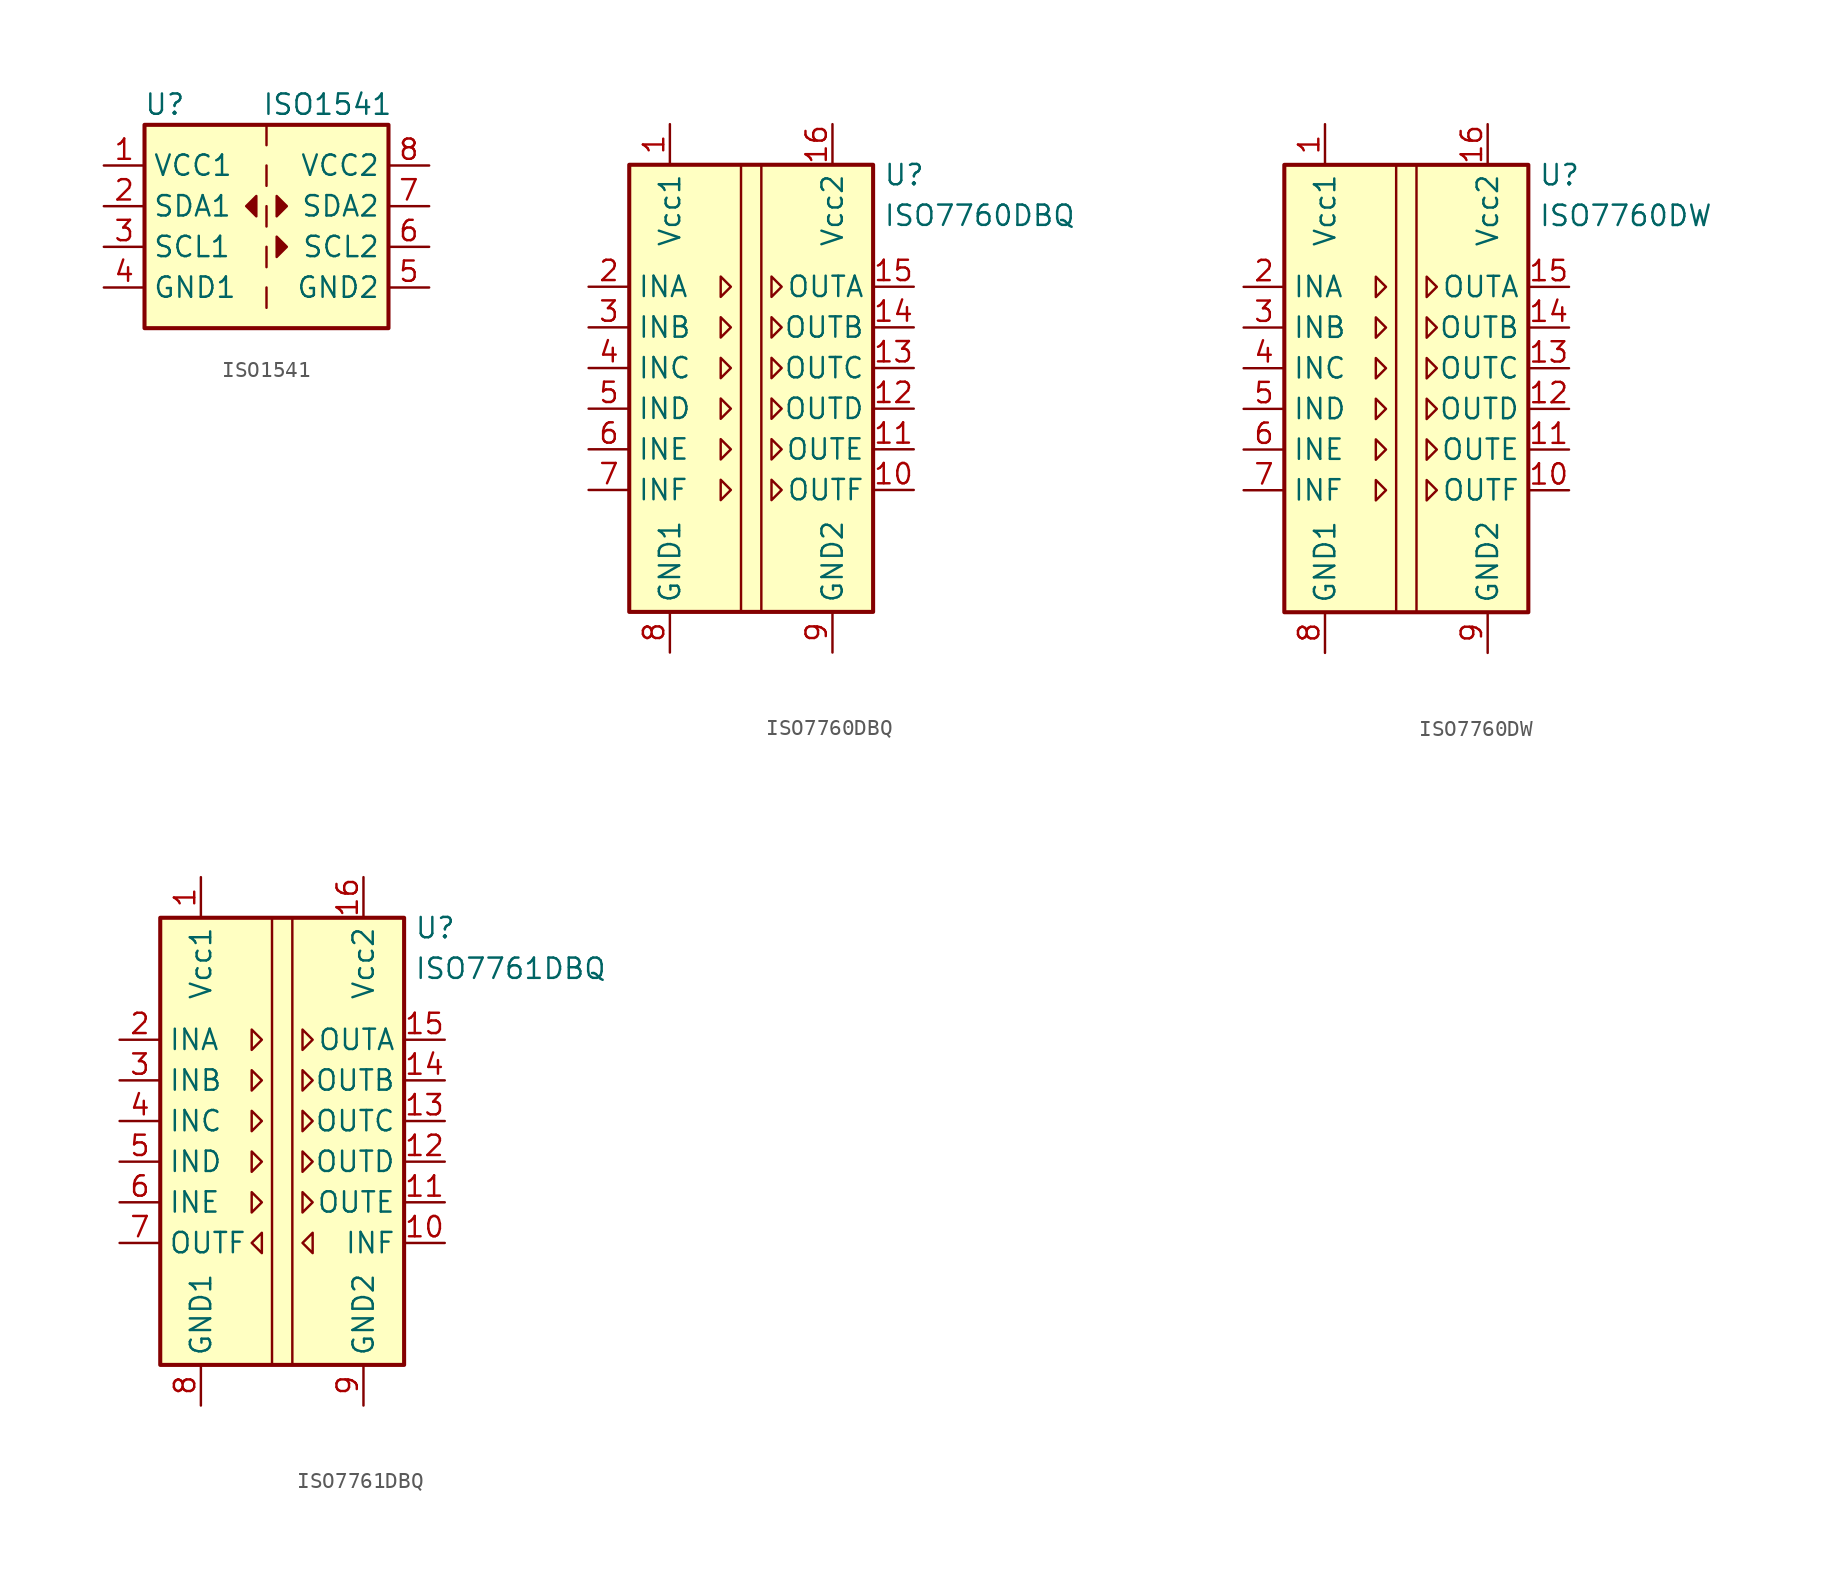
<source format=kicad_sym>
(kicad_symbol_lib
  (version 20201005)
  (generator kicad_symbol_editor)
  (symbol "ISO1541"
    (property "Reference" "U"
      (at -6.35 6.35 0)
      (effects (font (size 1.27 1.27))))
    (property "Value" "ISO1541"
      (at 3.81 6.35 0)
      (effects (font (size 1.27 1.27))))
    (symbol "ISO1541_0_1"
      (rectangle (start 0 -5.08) (end 0 -6.35) (stroke (width 0)) (fill (type none)))
      (rectangle (start -7.62 5.08) (end 7.62 -7.62) (stroke (width 0.254)) (fill (type background)))
      (polyline (pts (xy 0 -2.54) (xy 0 -3.81)) (stroke (width 0)) (fill (type none)))
      (polyline (pts (xy 0 0) (xy 0 -1.27)) (stroke (width 0)) (fill (type none)))
      (polyline (pts (xy 0 2.54) (xy 0 1.27)) (stroke (width 0)) (fill (type none)))
      (polyline (pts (xy 0 5.08) (xy 0 3.81)) (stroke (width 0)) (fill (type none)))
      (polyline (pts (xy -0.635 0.635) (xy -1.27 0) (xy -0.635 -0.635) (xy -0.635 0.635)) (stroke (width 0)) (fill (type outline)))
      (polyline (pts (xy 0.635 -1.905) (xy 1.27 -2.54) (xy 0.635 -3.175) (xy 0.635 -1.905)) (stroke (width 0)) (fill (type outline)))
      (polyline (pts (xy 0.635 0.635) (xy 1.27 0) (xy 0.635 -0.635) (xy 0.635 0.635)) (stroke (width 0)) (fill (type outline))))
    (symbol "ISO1541_1_1"
      (pin power_in line (at -10.16 2.54 0) (length 2.54) (name "VCC1" (effects (font (size 1.27 1.27)))) (number "1" (effects (font (size 1.27 1.27)))))
      (pin bidirectional line (at -10.16 0 0) (length 2.54) (name "SDA1" (effects (font (size 1.27 1.27)))) (number "2" (effects (font (size 1.27 1.27)))))
      (pin input line (at -10.16 -2.54 0) (length 2.54) (name "SCL1" (effects (font (size 1.27 1.27)))) (number "3" (effects (font (size 1.27 1.27)))))
      (pin power_in line (at -10.16 -5.08 0) (length 2.54) (name "GND1" (effects (font (size 1.27 1.27)))) (number "4" (effects (font (size 1.27 1.27)))))
      (pin power_in line (at 10.16 -5.08 180) (length 2.54) (name "GND2" (effects (font (size 1.27 1.27)))) (number "5" (effects (font (size 1.27 1.27)))))
      (pin output line (at 10.16 -2.54 180) (length 2.54) (name "SCL2" (effects (font (size 1.27 1.27)))) (number "6" (effects (font (size 1.27 1.27)))))
      (pin bidirectional line (at 10.16 0 180) (length 2.54) (name "SDA2" (effects (font (size 1.27 1.27)))) (number "7" (effects (font (size 1.27 1.27)))))
      (pin power_in line (at 10.16 2.54 180) (length 2.54) (name "VCC2" (effects (font (size 1.27 1.27)))) (number "8" (effects (font (size 1.27 1.27)))))))
  (symbol "ISO7760DBQ"
    (property "Reference" "U"
      (at 8.255 14.605 0)
      (effects (font (size 1.27 1.27)) (justify left)))
    (property "Value" "ISO7760DBQ"
      (at 8.255 12.065 0)
      (effects (font (size 1.27 1.27)) (justify left)))
    (symbol "ISO7760DBQ_0_1"
      (rectangle (start -7.62 15.24) (end 7.62 -12.7) (stroke (width 0.254)) (fill (type background)))
      (polyline (pts (xy -0.635 15.24) (xy -0.635 -12.7)) (stroke (width 0)) (fill (type none)))
      (polyline (pts (xy 0.635 15.24) (xy 0.635 -12.7)) (stroke (width 0)) (fill (type none)))
      (polyline (pts (xy -1.905 8.255) (xy -1.27 7.62) (xy -1.905 6.985) (xy -1.905 8.255)) (stroke (width 0)) (fill (type none)))
      (polyline (pts (xy 1.27 8.255) (xy 1.905 7.62) (xy 1.27 6.985) (xy 1.27 8.255)) (stroke (width 0)) (fill (type none))))
    (symbol "ISO7760DBQ_1_1"
      (polyline (pts (xy -1.905 -4.445) (xy -1.27 -5.08) (xy -1.905 -5.715) (xy -1.905 -4.445)) (stroke (width 0)) (fill (type none)))
      (polyline (pts (xy -1.905 -1.905) (xy -1.27 -2.54) (xy -1.905 -3.175) (xy -1.905 -1.905)) (stroke (width 0)) (fill (type none)))
      (polyline (pts (xy -1.905 0.635) (xy -1.27 0) (xy -1.905 -0.635) (xy -1.905 0.635)) (stroke (width 0)) (fill (type none)))
      (polyline (pts (xy -1.905 3.175) (xy -1.27 2.54) (xy -1.905 1.905) (xy -1.905 3.175)) (stroke (width 0)) (fill (type none)))
      (polyline (pts (xy -1.905 5.715) (xy -1.27 5.08) (xy -1.905 4.445) (xy -1.905 5.715)) (stroke (width 0)) (fill (type none)))
      (polyline (pts (xy 1.27 -4.445) (xy 1.905 -5.08) (xy 1.27 -5.715) (xy 1.27 -4.445)) (stroke (width 0)) (fill (type none)))
      (polyline (pts (xy 1.27 -1.905) (xy 1.905 -2.54) (xy 1.27 -3.175) (xy 1.27 -1.905)) (stroke (width 0)) (fill (type none)))
      (polyline (pts (xy 1.27 0.635) (xy 1.905 0) (xy 1.27 -0.635) (xy 1.27 0.635)) (stroke (width 0)) (fill (type none)))
      (polyline (pts (xy 1.27 3.175) (xy 1.905 2.54) (xy 1.27 1.905) (xy 1.27 3.175)) (stroke (width 0)) (fill (type none)))
      (polyline (pts (xy 1.27 5.715) (xy 1.905 5.08) (xy 1.27 4.445) (xy 1.27 5.715)) (stroke (width 0)) (fill (type none)))
      (pin power_in line (at -5.08 17.78 270) (length 2.54) (name "Vcc1" (effects (font (size 1.27 1.27)))) (number "1" (effects (font (size 1.27 1.27)))))
      (pin output line (at 10.16 -5.08 180) (length 2.54) (name "OUTF" (effects (font (size 1.27 1.27)))) (number "10" (effects (font (size 1.27 1.27)))))
      (pin output line (at 10.16 -2.54 180) (length 2.54) (name "OUTE" (effects (font (size 1.27 1.27)))) (number "11" (effects (font (size 1.27 1.27)))))
      (pin output line (at 10.16 0 180) (length 2.54) (name "OUTD" (effects (font (size 1.27 1.27)))) (number "12" (effects (font (size 1.27 1.27)))))
      (pin output line (at 10.16 2.54 180) (length 2.54) (name "OUTC" (effects (font (size 1.27 1.27)))) (number "13" (effects (font (size 1.27 1.27)))))
      (pin output line (at 10.16 5.08 180) (length 2.54) (name "OUTB" (effects (font (size 1.27 1.27)))) (number "14" (effects (font (size 1.27 1.27)))))
      (pin output line (at 10.16 7.62 180) (length 2.54) (name "OUTA" (effects (font (size 1.27 1.27)))) (number "15" (effects (font (size 1.27 1.27)))))
      (pin power_in line (at 5.08 17.78 270) (length 2.54) (name "Vcc2" (effects (font (size 1.27 1.27)))) (number "16" (effects (font (size 1.27 1.27)))))
      (pin input line (at -10.16 7.62 0) (length 2.54) (name "INA" (effects (font (size 1.27 1.27)))) (number "2" (effects (font (size 1.27 1.27)))))
      (pin input line (at -10.16 5.08 0) (length 2.54) (name "INB" (effects (font (size 1.27 1.27)))) (number "3" (effects (font (size 1.27 1.27)))))
      (pin input line (at -10.16 2.54 0) (length 2.54) (name "INC" (effects (font (size 1.27 1.27)))) (number "4" (effects (font (size 1.27 1.27)))))
      (pin input line (at -10.16 0 0) (length 2.54) (name "IND" (effects (font (size 1.27 1.27)))) (number "5" (effects (font (size 1.27 1.27)))))
      (pin input line (at -10.16 -2.54 0) (length 2.54) (name "INE" (effects (font (size 1.27 1.27)))) (number "6" (effects (font (size 1.27 1.27)))))
      (pin input line (at -10.16 -5.08 0) (length 2.54) (name "INF" (effects (font (size 1.27 1.27)))) (number "7" (effects (font (size 1.27 1.27)))))
      (pin power_in line (at -5.08 -15.24 90) (length 2.54) (name "GND1" (effects (font (size 1.27 1.27)))) (number "8" (effects (font (size 1.27 1.27)))))
      (pin power_in line (at 5.08 -15.24 90) (length 2.54) (name "GND2" (effects (font (size 1.27 1.27)))) (number "9" (effects (font (size 1.27 1.27)))))))
  (symbol "ISO7760DW"
    (property "Reference" "U"
      (at 8.255 14.605 0)
      (effects (font (size 1.27 1.27)) (justify left)))
    (property "Value" "ISO7760DW"
      (at 8.255 12.065 0)
      (effects (font (size 1.27 1.27)) (justify left)))
    (symbol "ISO7760DW_0_1"
      (rectangle (start -7.62 15.24) (end 7.62 -12.7) (stroke (width 0.254)) (fill (type background)))
      (polyline (pts (xy -0.635 15.24) (xy -0.635 -12.7)) (stroke (width 0)) (fill (type none)))
      (polyline (pts (xy 0.635 15.24) (xy 0.635 -12.7)) (stroke (width 0)) (fill (type none)))
      (polyline (pts (xy -1.905 8.255) (xy -1.27 7.62) (xy -1.905 6.985) (xy -1.905 8.255)) (stroke (width 0)) (fill (type none)))
      (polyline (pts (xy 1.27 8.255) (xy 1.905 7.62) (xy 1.27 6.985) (xy 1.27 8.255)) (stroke (width 0)) (fill (type none))))
    (symbol "ISO7760DW_1_1"
      (polyline (pts (xy -1.905 -4.445) (xy -1.27 -5.08) (xy -1.905 -5.715) (xy -1.905 -4.445)) (stroke (width 0)) (fill (type none)))
      (polyline (pts (xy -1.905 -1.905) (xy -1.27 -2.54) (xy -1.905 -3.175) (xy -1.905 -1.905)) (stroke (width 0)) (fill (type none)))
      (polyline (pts (xy -1.905 0.635) (xy -1.27 0) (xy -1.905 -0.635) (xy -1.905 0.635)) (stroke (width 0)) (fill (type none)))
      (polyline (pts (xy -1.905 3.175) (xy -1.27 2.54) (xy -1.905 1.905) (xy -1.905 3.175)) (stroke (width 0)) (fill (type none)))
      (polyline (pts (xy -1.905 5.715) (xy -1.27 5.08) (xy -1.905 4.445) (xy -1.905 5.715)) (stroke (width 0)) (fill (type none)))
      (polyline (pts (xy 1.27 -4.445) (xy 1.905 -5.08) (xy 1.27 -5.715) (xy 1.27 -4.445)) (stroke (width 0)) (fill (type none)))
      (polyline (pts (xy 1.27 -1.905) (xy 1.905 -2.54) (xy 1.27 -3.175) (xy 1.27 -1.905)) (stroke (width 0)) (fill (type none)))
      (polyline (pts (xy 1.27 0.635) (xy 1.905 0) (xy 1.27 -0.635) (xy 1.27 0.635)) (stroke (width 0)) (fill (type none)))
      (polyline (pts (xy 1.27 3.175) (xy 1.905 2.54) (xy 1.27 1.905) (xy 1.27 3.175)) (stroke (width 0)) (fill (type none)))
      (polyline (pts (xy 1.27 5.715) (xy 1.905 5.08) (xy 1.27 4.445) (xy 1.27 5.715)) (stroke (width 0)) (fill (type none)))
      (pin power_in line (at -5.08 17.78 270) (length 2.54) (name "Vcc1" (effects (font (size 1.27 1.27)))) (number "1" (effects (font (size 1.27 1.27)))))
      (pin output line (at 10.16 -5.08 180) (length 2.54) (name "OUTF" (effects (font (size 1.27 1.27)))) (number "10" (effects (font (size 1.27 1.27)))))
      (pin output line (at 10.16 -2.54 180) (length 2.54) (name "OUTE" (effects (font (size 1.27 1.27)))) (number "11" (effects (font (size 1.27 1.27)))))
      (pin output line (at 10.16 0 180) (length 2.54) (name "OUTD" (effects (font (size 1.27 1.27)))) (number "12" (effects (font (size 1.27 1.27)))))
      (pin output line (at 10.16 2.54 180) (length 2.54) (name "OUTC" (effects (font (size 1.27 1.27)))) (number "13" (effects (font (size 1.27 1.27)))))
      (pin output line (at 10.16 5.08 180) (length 2.54) (name "OUTB" (effects (font (size 1.27 1.27)))) (number "14" (effects (font (size 1.27 1.27)))))
      (pin output line (at 10.16 7.62 180) (length 2.54) (name "OUTA" (effects (font (size 1.27 1.27)))) (number "15" (effects (font (size 1.27 1.27)))))
      (pin power_in line (at 5.08 17.78 270) (length 2.54) (name "Vcc2" (effects (font (size 1.27 1.27)))) (number "16" (effects (font (size 1.27 1.27)))))
      (pin input line (at -10.16 7.62 0) (length 2.54) (name "INA" (effects (font (size 1.27 1.27)))) (number "2" (effects (font (size 1.27 1.27)))))
      (pin input line (at -10.16 5.08 0) (length 2.54) (name "INB" (effects (font (size 1.27 1.27)))) (number "3" (effects (font (size 1.27 1.27)))))
      (pin input line (at -10.16 2.54 0) (length 2.54) (name "INC" (effects (font (size 1.27 1.27)))) (number "4" (effects (font (size 1.27 1.27)))))
      (pin input line (at -10.16 0 0) (length 2.54) (name "IND" (effects (font (size 1.27 1.27)))) (number "5" (effects (font (size 1.27 1.27)))))
      (pin input line (at -10.16 -2.54 0) (length 2.54) (name "INE" (effects (font (size 1.27 1.27)))) (number "6" (effects (font (size 1.27 1.27)))))
      (pin input line (at -10.16 -5.08 0) (length 2.54) (name "INF" (effects (font (size 1.27 1.27)))) (number "7" (effects (font (size 1.27 1.27)))))
      (pin power_in line (at -5.08 -15.24 90) (length 2.54) (name "GND1" (effects (font (size 1.27 1.27)))) (number "8" (effects (font (size 1.27 1.27)))))
      (pin power_in line (at 5.08 -15.24 90) (length 2.54) (name "GND2" (effects (font (size 1.27 1.27)))) (number "9" (effects (font (size 1.27 1.27)))))))
  (symbol "ISO7761DBQ"
    (property "Reference" "U"
      (at 8.255 14.605 0)
      (effects (font (size 1.27 1.27)) (justify left)))
    (property "Value" "ISO7761DBQ"
      (at 8.255 12.065 0)
      (effects (font (size 1.27 1.27)) (justify left)))
    (symbol "ISO7761DBQ_0_1"
      (rectangle (start -7.62 15.24) (end 7.62 -12.7) (stroke (width 0.254)) (fill (type background)))
      (polyline (pts (xy -0.635 15.24) (xy -0.635 -12.7)) (stroke (width 0)) (fill (type none)))
      (polyline (pts (xy 0.635 15.24) (xy 0.635 -12.7)) (stroke (width 0)) (fill (type none)))
      (polyline (pts (xy -1.905 8.255) (xy -1.27 7.62) (xy -1.905 6.985) (xy -1.905 8.255)) (stroke (width 0)) (fill (type none)))
      (polyline (pts (xy 1.27 8.255) (xy 1.905 7.62) (xy 1.27 6.985) (xy 1.27 8.255)) (stroke (width 0)) (fill (type none))))
    (symbol "ISO7761DBQ_1_1"
      (polyline (pts (xy -1.905 -1.905) (xy -1.27 -2.54) (xy -1.905 -3.175) (xy -1.905 -1.905)) (stroke (width 0)) (fill (type none)))
      (polyline (pts (xy -1.905 0.635) (xy -1.27 0) (xy -1.905 -0.635) (xy -1.905 0.635)) (stroke (width 0)) (fill (type none)))
      (polyline (pts (xy -1.905 3.175) (xy -1.27 2.54) (xy -1.905 1.905) (xy -1.905 3.175)) (stroke (width 0)) (fill (type none)))
      (polyline (pts (xy -1.905 5.715) (xy -1.27 5.08) (xy -1.905 4.445) (xy -1.905 5.715)) (stroke (width 0)) (fill (type none)))
      (polyline (pts (xy -1.27 -4.445) (xy -1.905 -5.08) (xy -1.27 -5.715) (xy -1.27 -4.445)) (stroke (width 0)) (fill (type none)))
      (polyline (pts (xy 1.27 -1.905) (xy 1.905 -2.54) (xy 1.27 -3.175) (xy 1.27 -1.905)) (stroke (width 0)) (fill (type none)))
      (polyline (pts (xy 1.27 0.635) (xy 1.905 0) (xy 1.27 -0.635) (xy 1.27 0.635)) (stroke (width 0)) (fill (type none)))
      (polyline (pts (xy 1.27 3.175) (xy 1.905 2.54) (xy 1.27 1.905) (xy 1.27 3.175)) (stroke (width 0)) (fill (type none)))
      (polyline (pts (xy 1.27 5.715) (xy 1.905 5.08) (xy 1.27 4.445) (xy 1.27 5.715)) (stroke (width 0)) (fill (type none)))
      (polyline (pts (xy 1.905 -4.445) (xy 1.27 -5.08) (xy 1.905 -5.715) (xy 1.905 -4.445)) (stroke (width 0)) (fill (type none)))
      (pin power_in line (at -5.08 17.78 270) (length 2.54) (name "Vcc1" (effects (font (size 1.27 1.27)))) (number "1" (effects (font (size 1.27 1.27)))))
      (pin input line (at 10.16 -5.08 180) (length 2.54) (name "INF" (effects (font (size 1.27 1.27)))) (number "10" (effects (font (size 1.27 1.27)))))
      (pin output line (at 10.16 -2.54 180) (length 2.54) (name "OUTE" (effects (font (size 1.27 1.27)))) (number "11" (effects (font (size 1.27 1.27)))))
      (pin output line (at 10.16 0 180) (length 2.54) (name "OUTD" (effects (font (size 1.27 1.27)))) (number "12" (effects (font (size 1.27 1.27)))))
      (pin output line (at 10.16 2.54 180) (length 2.54) (name "OUTC" (effects (font (size 1.27 1.27)))) (number "13" (effects (font (size 1.27 1.27)))))
      (pin output line (at 10.16 5.08 180) (length 2.54) (name "OUTB" (effects (font (size 1.27 1.27)))) (number "14" (effects (font (size 1.27 1.27)))))
      (pin output line (at 10.16 7.62 180) (length 2.54) (name "OUTA" (effects (font (size 1.27 1.27)))) (number "15" (effects (font (size 1.27 1.27)))))
      (pin power_in line (at 5.08 17.78 270) (length 2.54) (name "Vcc2" (effects (font (size 1.27 1.27)))) (number "16" (effects (font (size 1.27 1.27)))))
      (pin input line (at -10.16 7.62 0) (length 2.54) (name "INA" (effects (font (size 1.27 1.27)))) (number "2" (effects (font (size 1.27 1.27)))))
      (pin input line (at -10.16 5.08 0) (length 2.54) (name "INB" (effects (font (size 1.27 1.27)))) (number "3" (effects (font (size 1.27 1.27)))))
      (pin input line (at -10.16 2.54 0) (length 2.54) (name "INC" (effects (font (size 1.27 1.27)))) (number "4" (effects (font (size 1.27 1.27)))))
      (pin input line (at -10.16 0 0) (length 2.54) (name "IND" (effects (font (size 1.27 1.27)))) (number "5" (effects (font (size 1.27 1.27)))))
      (pin input line (at -10.16 -2.54 0) (length 2.54) (name "INE" (effects (font (size 1.27 1.27)))) (number "6" (effects (font (size 1.27 1.27)))))
      (pin output line (at -10.16 -5.08 0) (length 2.54) (name "OUTF" (effects (font (size 1.27 1.27)))) (number "7" (effects (font (size 1.27 1.27)))))
      (pin power_in line (at -5.08 -15.24 90) (length 2.54) (name "GND1" (effects (font (size 1.27 1.27)))) (number "8" (effects (font (size 1.27 1.27)))))
      (pin power_in line (at 5.08 -15.24 90) (length 2.54) (name "GND2" (effects (font (size 1.27 1.27)))) (number "9" (effects (font (size 1.27 1.27))))))))
</source>
